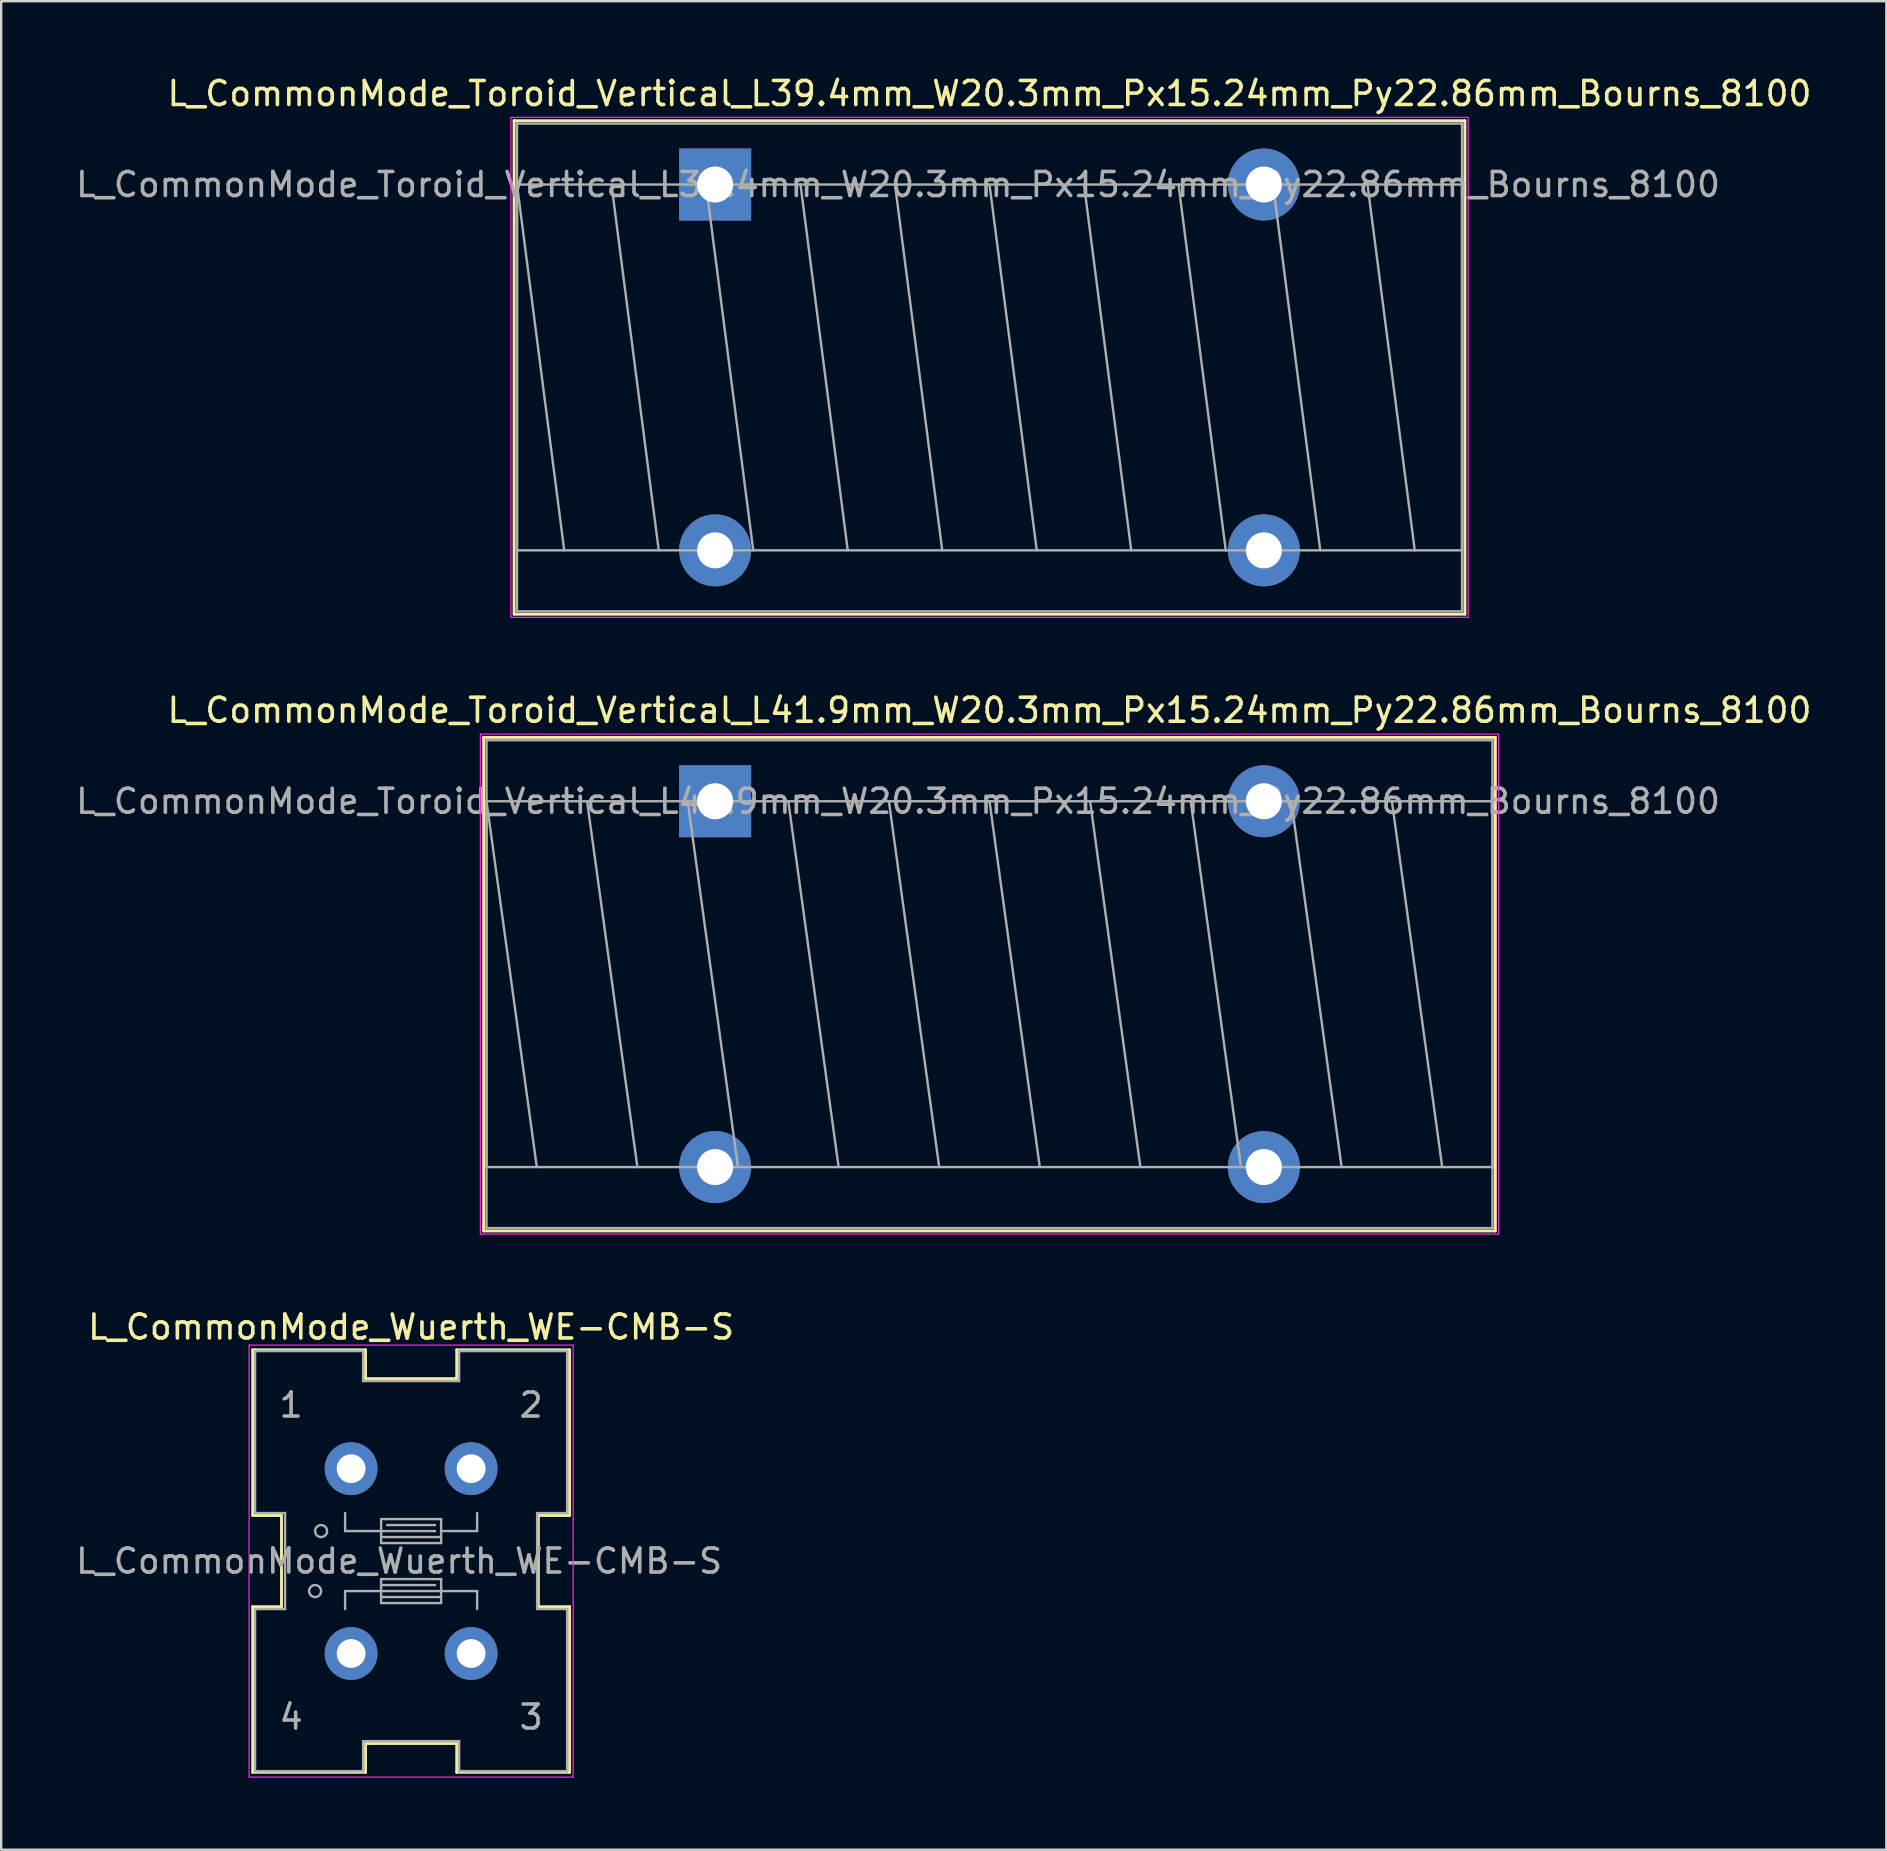
<source format=kicad_pcb>
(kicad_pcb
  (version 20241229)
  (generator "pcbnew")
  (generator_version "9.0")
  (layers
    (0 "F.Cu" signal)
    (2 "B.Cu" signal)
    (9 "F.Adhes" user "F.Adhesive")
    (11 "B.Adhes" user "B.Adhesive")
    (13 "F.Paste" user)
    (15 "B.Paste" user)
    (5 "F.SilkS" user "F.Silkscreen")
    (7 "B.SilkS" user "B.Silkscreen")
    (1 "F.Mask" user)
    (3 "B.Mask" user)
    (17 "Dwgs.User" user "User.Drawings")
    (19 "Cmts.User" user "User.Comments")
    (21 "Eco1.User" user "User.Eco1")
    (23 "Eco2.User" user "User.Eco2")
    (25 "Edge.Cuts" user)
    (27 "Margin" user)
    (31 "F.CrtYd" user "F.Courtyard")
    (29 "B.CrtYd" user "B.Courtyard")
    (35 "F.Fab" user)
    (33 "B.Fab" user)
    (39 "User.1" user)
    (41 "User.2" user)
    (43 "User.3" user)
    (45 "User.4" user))
  (footprint "L_CommonMode_Toroid_Vertical_L39.4mm_W20.3mm_Px15.24mm_Py22.86mm_Bourns_8100"
    (layer "F.Cu")
    (at 26.743 4.638)
    (property "Reference" "L_CommonMode_Toroid_Vertical_L39.4mm_W20.3mm_Px15.24mm_Py22.86mm_Bourns_8100" (at 11.43 -3.79 0) (layer "F.SilkS") (effects (font (size 1 1) (thickness 0.15))))
    (attr through_hole)
    (fp_line (start -8.375 -2.66) (end -8.375 17.9) (stroke (width 0.12) (type solid)) (layer "F.SilkS"))
    (fp_line (start -8.375 -2.66) (end 31.235 -2.66) (stroke (width 0.12) (type solid)) (layer "F.SilkS"))
    (fp_line (start -8.375 17.9) (end 31.235 17.9) (stroke (width 0.12) (type solid)) (layer "F.SilkS"))
    (fp_line (start 31.235 -2.66) (end 31.235 17.9) (stroke (width 0.12) (type solid)) (layer "F.SilkS"))
    (fp_line (start -8.51 -2.8) (end -8.51 18.03) (stroke (width 0.05) (type solid)) (layer "F.CrtYd"))
    (fp_line (start -8.51 18.03) (end 31.37 18.03) (stroke (width 0.05) (type solid)) (layer "F.CrtYd"))
    (fp_line (start 31.37 -2.8) (end -8.51 -2.8) (stroke (width 0.05) (type solid)) (layer "F.CrtYd"))
    (fp_line (start 31.37 18.03) (end 31.37 -2.8) (stroke (width 0.05) (type solid)) (layer "F.CrtYd"))
    (fp_line (start -8.255 -2.54) (end -8.255 17.78) (stroke (width 0.1) (type solid)) (layer "F.Fab"))
    (fp_line (start -8.255 0) (end -8.255 15.24) (stroke (width 0.1) (type solid)) (layer "F.Fab"))
    (fp_line (start -8.255 0) (end -6.287 15.24) (stroke (width 0.1) (type solid)) (layer "F.Fab"))
    (fp_line (start -8.255 15.24) (end 31.115 15.24) (stroke (width 0.1) (type solid)) (layer "F.Fab"))
    (fp_line (start -8.255 17.78) (end 31.115 17.78) (stroke (width 0.1) (type solid)) (layer "F.Fab"))
    (fp_line (start -4.318 0) (end -2.349 15.24) (stroke (width 0.1) (type solid)) (layer "F.Fab"))
    (fp_line (start -0.381 0) (end 1.587 15.24) (stroke (width 0.1) (type solid)) (layer "F.Fab"))
    (fp_line (start 3.556 0) (end 5.524 15.24) (stroke (width 0.1) (type solid)) (layer "F.Fab"))
    (fp_line (start 7.493 0) (end 9.461 15.24) (stroke (width 0.1) (type solid)) (layer "F.Fab"))
    (fp_line (start 11.43 0) (end 13.399 15.24) (stroke (width 0.1) (type solid)) (layer "F.Fab"))
    (fp_line (start 15.367 0) (end 17.335 15.24) (stroke (width 0.1) (type solid)) (layer "F.Fab"))
    (fp_line (start 19.304 0) (end 21.273 15.24) (stroke (width 0.1) (type solid)) (layer "F.Fab"))
    (fp_line (start 23.241 0) (end 25.209 15.24) (stroke (width 0.1) (type solid)) (layer "F.Fab"))
    (fp_line (start 27.178 0) (end 29.146 15.24) (stroke (width 0.1) (type solid)) (layer "F.Fab"))
    (fp_line (start 31.115 -2.54) (end -8.255 -2.54) (stroke (width 0.1) (type solid)) (layer "F.Fab"))
    (fp_line (start 31.115 0) (end -8.255 0) (stroke (width 0.1) (type solid)) (layer "F.Fab"))
    (fp_line (start 31.115 15.24) (end 31.115 0) (stroke (width 0.1) (type solid)) (layer "F.Fab"))
    (fp_line (start 31.115 17.78) (end 31.115 -2.54) (stroke (width 0.1) (type solid)) (layer "F.Fab"))
    (fp_text user "${REFERENCE}" (at 7.62 0 0) (layer "F.Fab") (effects (font (size 1 1) (thickness 0.15))))
    (pad "1" thru_hole rect (at 0 0) (size 3 3) (drill 1.5) (layers "*.Cu" "*.Mask"))
    (pad "2" thru_hole circle (at 0 15.24) (size 3 3) (drill 1.5) (layers "*.Cu" "*.Mask"))
    (pad "3" thru_hole circle (at 22.86 15.24) (size 3 3) (drill 1.5) (layers "*.Cu" "*.Mask"))
    (pad "4" thru_hole circle (at 22.86 0) (size 3 3) (drill 1.5) (layers "*.Cu" "*.Mask")))
  (footprint "L_CommonMode_Wuerth_WE-CMB-S"
    (layer "F.Cu")
    (at 11.577 58.135)
    (property "Reference" "L_CommonMode_Wuerth_WE-CMB-S" (at 2.5 -5.9 0) (layer "F.SilkS") (effects (font (size 1 1) (thickness 0.15))))
    (attr through_hole)
    (fp_line (start -4.1 -4.95) (end -4 -4.95) (stroke (width 0.12) (type solid)) (layer "F.SilkS"))
    (fp_line (start -4.1 1.95) (end -4.1 -4.95) (stroke (width 0.12) (type solid)) (layer "F.SilkS"))
    (fp_line (start -4.1 5.75) (end -2.9 5.75) (stroke (width 0.12) (type solid)) (layer "F.SilkS"))
    (fp_line (start -4.1 12.65) (end -4.1 5.75) (stroke (width 0.12) (type solid)) (layer "F.SilkS"))
    (fp_line (start -4 -4.95) (end 0.6 -4.95) (stroke (width 0.12) (type solid)) (layer "F.SilkS"))
    (fp_line (start -2.9 1.95) (end -4.1 1.95) (stroke (width 0.12) (type solid)) (layer "F.SilkS"))
    (fp_line (start -2.9 5.75) (end -2.9 1.95) (stroke (width 0.12) (type solid)) (layer "F.SilkS"))
    (fp_line (start 0.6 -4.95) (end 0.6 -3.75) (stroke (width 0.12) (type solid)) (layer "F.SilkS"))
    (fp_line (start 0.6 -3.75) (end 4.4 -3.75) (stroke (width 0.12) (type solid)) (layer "F.SilkS"))
    (fp_line (start 0.6 11.45) (end 0.6 12.65) (stroke (width 0.12) (type solid)) (layer "F.SilkS"))
    (fp_line (start 0.6 12.65) (end -4.1 12.65) (stroke (width 0.12) (type solid)) (layer "F.SilkS"))
    (fp_line (start 4.4 -4.95) (end 9.1 -4.95) (stroke (width 0.12) (type solid)) (layer "F.SilkS"))
    (fp_line (start 4.4 -3.75) (end 4.4 -4.95) (stroke (width 0.12) (type solid)) (layer "F.SilkS"))
    (fp_line (start 4.4 11.45) (end 0.6 11.45) (stroke (width 0.12) (type solid)) (layer "F.SilkS"))
    (fp_line (start 4.4 12.65) (end 4.4 11.45) (stroke (width 0.12) (type solid)) (layer "F.SilkS"))
    (fp_line (start 7.8 1.95) (end 7.8 5.75) (stroke (width 0.12) (type solid)) (layer "F.SilkS"))
    (fp_line (start 7.8 5.75) (end 9.1 5.75) (stroke (width 0.12) (type solid)) (layer "F.SilkS"))
    (fp_line (start 9.1 -4.95) (end 9.1 1.95) (stroke (width 0.12) (type solid)) (layer "F.SilkS"))
    (fp_line (start 9.1 1.95) (end 7.8 1.95) (stroke (width 0.12) (type solid)) (layer "F.SilkS"))
    (fp_line (start 9.1 5.75) (end 9.1 12.65) (stroke (width 0.12) (type solid)) (layer "F.SilkS"))
    (fp_line (start 9.1 12.65) (end 4.4 12.65) (stroke (width 0.12) (type solid)) (layer "F.SilkS"))
    (fp_line (start -4.25 -5.15) (end -4.25 12.85) (stroke (width 0.05) (type solid)) (layer "F.CrtYd"))
    (fp_line (start -4.25 12.85) (end 9.25 12.85) (stroke (width 0.05) (type solid)) (layer "F.CrtYd"))
    (fp_line (start 9.25 -5.15) (end -4.25 -5.15) (stroke (width 0.05) (type solid)) (layer "F.CrtYd"))
    (fp_line (start 9.25 12.85) (end 9.25 -5.15) (stroke (width 0.05) (type solid)) (layer "F.CrtYd"))
    (fp_line (start -4 -4.9) (end -4 1.85) (stroke (width 0.1) (type solid)) (layer "F.Fab"))
    (fp_line (start -4 1.85) (end -2.75 1.85) (stroke (width 0.1) (type solid)) (layer "F.Fab"))
    (fp_line (start -4 5.85) (end -4 12.6) (stroke (width 0.1) (type solid)) (layer "F.Fab"))
    (fp_line (start -4 12.6) (end 0.5 12.6) (stroke (width 0.1) (type solid)) (layer "F.Fab"))
    (fp_line (start -2.75 1.85) (end -2.75 5.85) (stroke (width 0.1) (type solid)) (layer "F.Fab"))
    (fp_line (start -2.75 5.85) (end -4 5.85) (stroke (width 0.1) (type solid)) (layer "F.Fab"))
    (fp_line (start -0.25 2.6) (end -0.25 1.85) (stroke (width 0.1) (type solid)) (layer "F.Fab"))
    (fp_line (start -0.25 5.1) (end -0.25 5.85) (stroke (width 0.1) (type solid)) (layer "F.Fab"))
    (fp_line (start 0.5 -4.9) (end -4 -4.9) (stroke (width 0.1) (type solid)) (layer "F.Fab"))
    (fp_line (start 0.5 -3.65) (end 0.5 -4.9) (stroke (width 0.1) (type solid)) (layer "F.Fab"))
    (fp_line (start 0.5 11.35) (end 4.5 11.35) (stroke (width 0.1) (type solid)) (layer "F.Fab"))
    (fp_line (start 0.5 12.6) (end 0.5 11.35) (stroke (width 0.1) (type solid)) (layer "F.Fab"))
    (fp_line (start 1.25 2.1) (end 2.5 2.1) (stroke (width 0.1) (type solid)) (layer "F.Fab"))
    (fp_line (start 1.25 2.6) (end -0.25 2.6) (stroke (width 0.1) (type solid)) (layer "F.Fab"))
    (fp_line (start 1.25 2.85) (end 3.75 2.85) (stroke (width 0.1) (type solid)) (layer "F.Fab"))
    (fp_line (start 1.25 3.1) (end 1.25 2.1) (stroke (width 0.1) (type solid)) (layer "F.Fab"))
    (fp_line (start 1.25 4.6) (end 3.75 4.6) (stroke (width 0.1) (type solid)) (layer "F.Fab"))
    (fp_line (start 1.25 4.85) (end 3.5 4.85) (stroke (width 0.1) (type solid)) (layer "F.Fab"))
    (fp_line (start 1.25 5.1) (end -0.25 5.1) (stroke (width 0.1) (type solid)) (layer "F.Fab"))
    (fp_line (start 1.25 5.6) (end 1.25 4.6) (stroke (width 0.1) (type solid)) (layer "F.Fab"))
    (fp_line (start 2.5 2.1) (end 3.75 2.1) (stroke (width 0.1) (type solid)) (layer "F.Fab"))
    (fp_line (start 3.5 2.35) (end 1.5 2.35) (stroke (width 0.1) (type solid)) (layer "F.Fab"))
    (fp_line (start 3.5 2.6) (end 1.25 2.6) (stroke (width 0.1) (type solid)) (layer "F.Fab"))
    (fp_line (start 3.75 2.1) (end 3.75 3.1) (stroke (width 0.1) (type solid)) (layer "F.Fab"))
    (fp_line (start 3.75 2.6) (end 5.25 2.6) (stroke (width 0.1) (type solid)) (layer "F.Fab"))
    (fp_line (start 3.75 3.1) (end 1.25 3.1) (stroke (width 0.1) (type solid)) (layer "F.Fab"))
    (fp_line (start 3.75 4.6) (end 3.75 5.6) (stroke (width 0.1) (type solid)) (layer "F.Fab"))
    (fp_line (start 3.75 5.1) (end 1.25 5.1) (stroke (width 0.1) (type solid)) (layer "F.Fab"))
    (fp_line (start 3.75 5.1) (end 5.25 5.1) (stroke (width 0.1) (type solid)) (layer "F.Fab"))
    (fp_line (start 3.75 5.35) (end 1.25 5.35) (stroke (width 0.1) (type solid)) (layer "F.Fab"))
    (fp_line (start 3.75 5.6) (end 1.25 5.6) (stroke (width 0.1) (type solid)) (layer "F.Fab"))
    (fp_line (start 4.5 -4.9) (end 4.5 -3.65) (stroke (width 0.1) (type solid)) (layer "F.Fab"))
    (fp_line (start 4.5 -3.65) (end 0.5 -3.65) (stroke (width 0.1) (type solid)) (layer "F.Fab"))
    (fp_line (start 4.5 11.35) (end 4.5 12.6) (stroke (width 0.1) (type solid)) (layer "F.Fab"))
    (fp_line (start 4.5 12.6) (end 9 12.6) (stroke (width 0.1) (type solid)) (layer "F.Fab"))
    (fp_line (start 5.25 2.6) (end 5.25 1.85) (stroke (width 0.1) (type solid)) (layer "F.Fab"))
    (fp_line (start 5.25 5.1) (end 5.25 5.85) (stroke (width 0.1) (type solid)) (layer "F.Fab"))
    (fp_line (start 7.75 1.85) (end 9 1.85) (stroke (width 0.1) (type solid)) (layer "F.Fab"))
    (fp_line (start 7.75 5.85) (end 7.75 1.85) (stroke (width 0.1) (type solid)) (layer "F.Fab"))
    (fp_line (start 9 -4.9) (end 4.5 -4.9) (stroke (width 0.1) (type solid)) (layer "F.Fab"))
    (fp_line (start 9 1.85) (end 9 -4.9) (stroke (width 0.1) (type solid)) (layer "F.Fab"))
    (fp_line (start 9 5.85) (end 7.75 5.85) (stroke (width 0.1) (type solid)) (layer "F.Fab"))
    (fp_line (start 9 12.6) (end 9 5.85) (stroke (width 0.1) (type solid)) (layer "F.Fab"))
    (fp_circle (center -1.5 5.1) (end -1.5 4.85) (stroke (width 0.1) (type solid)) (fill no) (layer "F.Fab"))
    (fp_circle (center -1.25 2.6) (end -1 2.6) (stroke (width 0.1) (type solid)) (fill no) (layer "F.Fab"))
    (fp_text user "${REFERENCE}" (at 2 3.85 0) (layer "F.Fab") (effects (font (size 1 1) (thickness 0.15))))
    (fp_text user "4" (at -2.5 10.35 0) (layer "F.Fab") (effects (font (size 1 1) (thickness 0.15))))
    (fp_text user "2" (at 7.5 -2.65 0) (layer "F.Fab") (effects (font (size 1 1) (thickness 0.15))))
    (fp_text user "3" (at 7.5 10.35 0) (layer "F.Fab") (effects (font (size 1 1) (thickness 0.15))))
    (fp_text user "1" (at -2.5 -2.65 0) (layer "F.Fab") (effects (font (size 1 1) (thickness 0.15))))
    (pad "1" thru_hole circle (at 0 0) (size 2.2 2.2) (drill 1.2) (layers "*.Cu" "*.Mask"))
    (pad "2" thru_hole circle (at 5 0) (size 2.2 2.2) (drill 1.2) (layers "*.Cu" "*.Mask"))
    (pad "3" thru_hole circle (at 5 7.7) (size 2.2 2.2) (drill 1.2) (layers "*.Cu" "*.Mask"))
    (pad "4" thru_hole circle (at 0 7.7) (size 2.2 2.2) (drill 1.2) (layers "*.Cu" "*.Mask")))
  (footprint "L_CommonMode_Toroid_Vertical_L41.9mm_W20.3mm_Px15.24mm_Py22.86mm_Bourns_8100"
    (layer "F.Cu")
    (at 26.743 30.331)
    (property "Reference" "L_CommonMode_Toroid_Vertical_L41.9mm_W20.3mm_Px15.24mm_Py22.86mm_Bourns_8100" (at 11.43 -3.79 0) (layer "F.SilkS") (effects (font (size 1 1) (thickness 0.15))))
    (attr through_hole)
    (fp_line (start -9.645 -2.66) (end -9.645 17.9) (stroke (width 0.12) (type solid)) (layer "F.SilkS"))
    (fp_line (start -9.645 -2.66) (end 32.505 -2.66) (stroke (width 0.12) (type solid)) (layer "F.SilkS"))
    (fp_line (start -9.645 17.9) (end 32.505 17.9) (stroke (width 0.12) (type solid)) (layer "F.SilkS"))
    (fp_line (start 32.505 -2.66) (end 32.505 17.9) (stroke (width 0.12) (type solid)) (layer "F.SilkS"))
    (fp_line (start -9.78 -2.8) (end -9.78 18.03) (stroke (width 0.05) (type solid)) (layer "F.CrtYd"))
    (fp_line (start -9.78 18.03) (end 32.64 18.03) (stroke (width 0.05) (type solid)) (layer "F.CrtYd"))
    (fp_line (start 32.64 -2.8) (end -9.78 -2.8) (stroke (width 0.05) (type solid)) (layer "F.CrtYd"))
    (fp_line (start 32.64 18.03) (end 32.64 -2.8) (stroke (width 0.05) (type solid)) (layer "F.CrtYd"))
    (fp_line (start -9.525 -2.54) (end -9.525 17.78) (stroke (width 0.1) (type solid)) (layer "F.Fab"))
    (fp_line (start -9.525 0) (end -9.525 15.24) (stroke (width 0.1) (type solid)) (layer "F.Fab"))
    (fp_line (start -9.525 0) (end -7.429 15.24) (stroke (width 0.1) (type solid)) (layer "F.Fab"))
    (fp_line (start -9.525 15.24) (end 32.385 15.24) (stroke (width 0.1) (type solid)) (layer "F.Fab"))
    (fp_line (start -9.525 17.78) (end 32.385 17.78) (stroke (width 0.1) (type solid)) (layer "F.Fab"))
    (fp_line (start -5.334 0) (end -3.239 15.24) (stroke (width 0.1) (type solid)) (layer "F.Fab"))
    (fp_line (start -1.143 0) (end 0.953 15.24) (stroke (width 0.1) (type solid)) (layer "F.Fab"))
    (fp_line (start 3.048 0) (end 5.144 15.24) (stroke (width 0.1) (type solid)) (layer "F.Fab"))
    (fp_line (start 7.239 0) (end 9.335 15.24) (stroke (width 0.1) (type solid)) (layer "F.Fab"))
    (fp_line (start 11.43 0) (end 13.525 15.24) (stroke (width 0.1) (type solid)) (layer "F.Fab"))
    (fp_line (start 15.621 0) (end 17.716 15.24) (stroke (width 0.1) (type solid)) (layer "F.Fab"))
    (fp_line (start 19.812 0) (end 21.907 15.24) (stroke (width 0.1) (type solid)) (layer "F.Fab"))
    (fp_line (start 24.003 0) (end 26.099 15.24) (stroke (width 0.1) (type solid)) (layer "F.Fab"))
    (fp_line (start 28.194 0) (end 30.29 15.24) (stroke (width 0.1) (type solid)) (layer "F.Fab"))
    (fp_line (start 32.385 -2.54) (end -9.525 -2.54) (stroke (width 0.1) (type solid)) (layer "F.Fab"))
    (fp_line (start 32.385 0) (end -9.525 0) (stroke (width 0.1) (type solid)) (layer "F.Fab"))
    (fp_line (start 32.385 15.24) (end 32.385 0) (stroke (width 0.1) (type solid)) (layer "F.Fab"))
    (fp_line (start 32.385 17.78) (end 32.385 -2.54) (stroke (width 0.1) (type solid)) (layer "F.Fab"))
    (fp_text user "${REFERENCE}" (at 7.62 0 0) (layer "F.Fab") (effects (font (size 1 1) (thickness 0.15))))
    (pad "1" thru_hole rect (at 0 0) (size 3 3) (drill 1.5) (layers "*.Cu" "*.Mask"))
    (pad "2" thru_hole circle (at 0 15.24) (size 3 3) (drill 1.5) (layers "*.Cu" "*.Mask"))
    (pad "3" thru_hole circle (at 22.86 15.24) (size 3 3) (drill 1.5) (layers "*.Cu" "*.Mask"))
    (pad "4" thru_hole circle (at 22.86 0) (size 3 3) (drill 1.5) (layers "*.Cu" "*.Mask")))
  (gr_rect
    (start -3 -3)
    (end 75.536 74.01)
    (stroke (width 0.1) (type default))
    (fill no)
    (layer "Edge.Cuts")))
</source>
